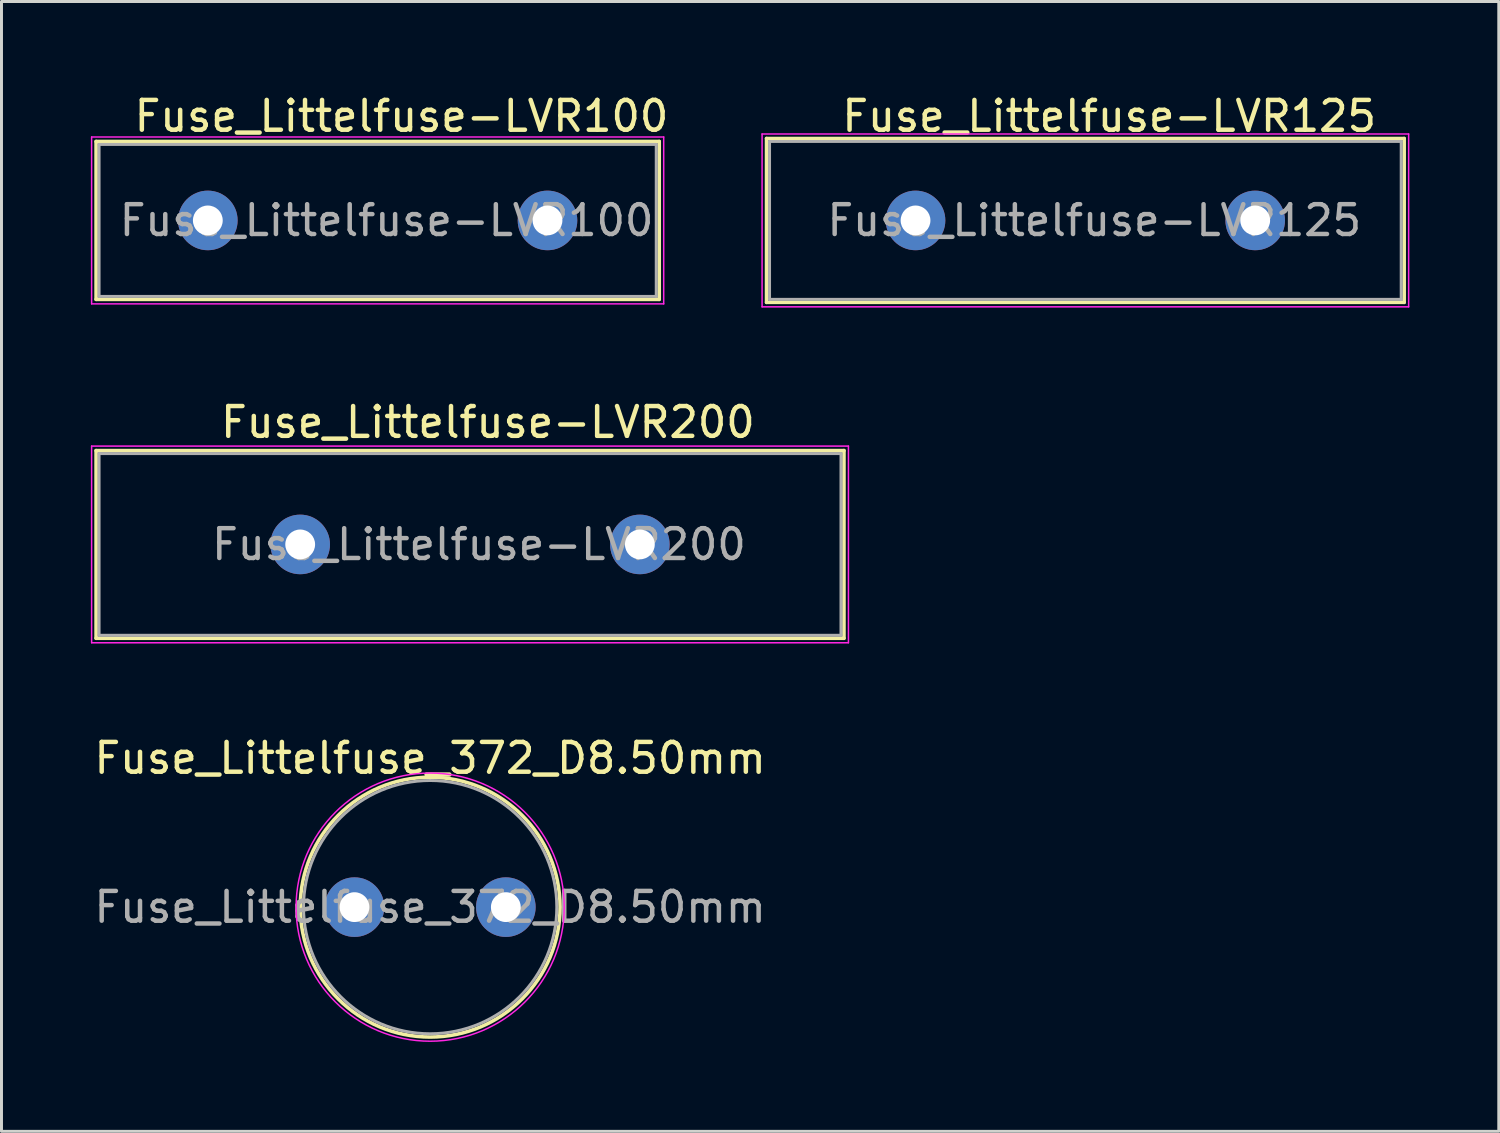
<source format=kicad_pcb>
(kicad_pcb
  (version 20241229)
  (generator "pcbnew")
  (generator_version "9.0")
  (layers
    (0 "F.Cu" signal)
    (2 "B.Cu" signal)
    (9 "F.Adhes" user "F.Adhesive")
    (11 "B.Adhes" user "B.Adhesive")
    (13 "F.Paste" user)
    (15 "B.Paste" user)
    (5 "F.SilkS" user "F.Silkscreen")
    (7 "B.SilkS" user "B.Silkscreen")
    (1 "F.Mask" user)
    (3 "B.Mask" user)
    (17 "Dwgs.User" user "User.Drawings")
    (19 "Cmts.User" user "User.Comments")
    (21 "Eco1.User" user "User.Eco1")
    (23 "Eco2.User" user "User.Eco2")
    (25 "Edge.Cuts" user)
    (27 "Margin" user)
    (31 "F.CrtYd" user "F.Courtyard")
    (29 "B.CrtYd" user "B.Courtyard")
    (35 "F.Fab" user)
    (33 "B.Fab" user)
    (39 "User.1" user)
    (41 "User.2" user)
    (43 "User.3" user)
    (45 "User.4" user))
  (footprint "Fuse_Littelfuse-LVR200"
    (layer "F.Cu")
    (at 7.025 15.222)
    (property "Reference" "Fuse_Littelfuse-LVR200" (at 6.3 -4.1 0) (layer "F.SilkS") (effects (font (size 1 1) (thickness 0.15))))
    (attr through_hole)
    (fp_line (start -6.85 -3.15) (end -6.85 3.15) (stroke (width 0.12) (type solid)) (layer "F.SilkS"))
    (fp_line (start -6.85 -3.15) (end 18.25 -3.15) (stroke (width 0.12) (type solid)) (layer "F.SilkS"))
    (fp_line (start 18.25 3.15) (end -6.85 3.15) (stroke (width 0.12) (type solid)) (layer "F.SilkS"))
    (fp_line (start 18.25 3.15) (end 18.25 -3.15) (stroke (width 0.12) (type solid)) (layer "F.SilkS"))
    (fp_line (start -7 -3.3) (end -7 3.3) (stroke (width 0.05) (type solid)) (layer "F.CrtYd"))
    (fp_line (start -7 -3.3) (end 18.4 -3.3) (stroke (width 0.05) (type solid)) (layer "F.CrtYd"))
    (fp_line (start 18.4 3.3) (end -7 3.3) (stroke (width 0.05) (type solid)) (layer "F.CrtYd"))
    (fp_line (start 18.4 3.3) (end 18.4 -3.3) (stroke (width 0.05) (type solid)) (layer "F.CrtYd"))
    (fp_line (start -6.75 -3.05) (end -6.75 3.05) (stroke (width 0.1) (type solid)) (layer "F.Fab"))
    (fp_line (start -6.75 3.05) (end 18.15 3.05) (stroke (width 0.1) (type solid)) (layer "F.Fab"))
    (fp_line (start 18.15 -3.05) (end -6.75 -3.05) (stroke (width 0.1) (type solid)) (layer "F.Fab"))
    (fp_line (start 18.15 3.05) (end 18.15 -3.05) (stroke (width 0.1) (type solid)) (layer "F.Fab"))
    (fp_text user "${REFERENCE}" (at 6 0 0) (layer "F.Fab") (effects (font (size 1 1) (thickness 0.15))))
    (pad "1" thru_hole circle (at 0 0) (size 2 2) (drill 1) (layers "*.Cu" "*.Mask"))
    (pad "2" thru_hole circle (at 11.4 0) (size 2 2) (drill 1) (layers "*.Cu" "*.Mask")))
  (footprint "Fuse_Littelfuse-LVR100"
    (layer "F.Cu")
    (at 3.925 4.348)
    (property "Reference" "Fuse_Littelfuse-LVR100" (at 6.5 -3.5 0) (layer "F.SilkS") (effects (font (size 1 1) (thickness 0.15))))
    (attr through_hole)
    (fp_line (start -3.75 -2.65) (end -3.75 2.65) (stroke (width 0.12) (type solid)) (layer "F.SilkS"))
    (fp_line (start -3.75 -2.65) (end 15.15 -2.65) (stroke (width 0.12) (type solid)) (layer "F.SilkS"))
    (fp_line (start 15.15 2.65) (end -3.75 2.65) (stroke (width 0.12) (type solid)) (layer "F.SilkS"))
    (fp_line (start 15.15 2.65) (end 15.15 -2.65) (stroke (width 0.12) (type solid)) (layer "F.SilkS"))
    (fp_line (start -3.9 -2.8) (end -3.9 2.8) (stroke (width 0.05) (type solid)) (layer "F.CrtYd"))
    (fp_line (start -3.9 -2.8) (end 15.3 -2.8) (stroke (width 0.05) (type solid)) (layer "F.CrtYd"))
    (fp_line (start 15.3 2.8) (end -3.9 2.8) (stroke (width 0.05) (type solid)) (layer "F.CrtYd"))
    (fp_line (start 15.3 2.8) (end 15.3 -2.8) (stroke (width 0.05) (type solid)) (layer "F.CrtYd"))
    (fp_line (start -3.65 -2.55) (end -3.65 2.55) (stroke (width 0.1) (type solid)) (layer "F.Fab"))
    (fp_line (start -3.65 2.55) (end 15.05 2.55) (stroke (width 0.1) (type solid)) (layer "F.Fab"))
    (fp_line (start 15.05 -2.55) (end -3.65 -2.55) (stroke (width 0.1) (type solid)) (layer "F.Fab"))
    (fp_line (start 15.05 2.55) (end 15.05 -2.55) (stroke (width 0.1) (type solid)) (layer "F.Fab"))
    (fp_text user "${REFERENCE}" (at 6 0 0) (layer "F.Fab") (effects (font (size 1 1) (thickness 0.15))))
    (pad "1" thru_hole circle (at 0 0) (size 2 2) (drill 1) (layers "*.Cu" "*.Mask"))
    (pad "2" thru_hole circle (at 11.4 0) (size 2 2) (drill 1) (layers "*.Cu" "*.Mask")))
  (footprint "Fuse_Littelfuse_372_D8.50mm"
    (layer "F.Cu")
    (at 8.847 27.395)
    (property "Reference" "Fuse_Littelfuse_372_D8.50mm" (at 2.54 -5 0) (layer "F.SilkS") (effects (font (size 1 1) (thickness 0.15))))
    (attr through_hole)
    (fp_circle (center 2.54 0) (end 6.9 0) (stroke (width 0.12) (type solid)) (fill no) (layer "F.SilkS"))
    (fp_circle (center 2.54 0) (end 7.04 0) (stroke (width 0.05) (type solid)) (fill no) (layer "F.CrtYd"))
    (fp_circle (center 2.54 0) (end 6.79 0) (stroke (width 0.1) (type solid)) (fill no) (layer "F.Fab"))
    (fp_text user "${REFERENCE}" (at 2.54 0 0) (layer "F.Fab") (effects (font (size 1 1) (thickness 0.15))))
    (pad "1" thru_hole circle (at 0 0) (size 2 2) (drill 1) (layers "*.Cu" "*.Mask"))
    (pad "2" thru_hole circle (at 5.08 0) (size 2 2) (drill 1) (layers "*.Cu" "*.Mask")))
  (footprint "Fuse_Littelfuse-LVR125"
    (layer "F.Cu")
    (at 27.677 4.348)
    (property "Reference" "Fuse_Littelfuse-LVR125" (at 6.5 -3.5 0) (layer "F.SilkS") (effects (font (size 1 1) (thickness 0.15))))
    (attr through_hole)
    (fp_line (start -5 -2.75) (end -5 2.75) (stroke (width 0.12) (type solid)) (layer "F.SilkS"))
    (fp_line (start -5 -2.75) (end 16.4 -2.75) (stroke (width 0.12) (type solid)) (layer "F.SilkS"))
    (fp_line (start 16.4 2.75) (end -5 2.75) (stroke (width 0.12) (type solid)) (layer "F.SilkS"))
    (fp_line (start 16.4 2.75) (end 16.4 -2.75) (stroke (width 0.12) (type solid)) (layer "F.SilkS"))
    (fp_line (start -5.15 -2.9) (end -5.15 2.9) (stroke (width 0.05) (type solid)) (layer "F.CrtYd"))
    (fp_line (start -5.15 -2.9) (end 16.55 -2.9) (stroke (width 0.05) (type solid)) (layer "F.CrtYd"))
    (fp_line (start 16.55 2.9) (end -5.15 2.9) (stroke (width 0.05) (type solid)) (layer "F.CrtYd"))
    (fp_line (start 16.55 2.9) (end 16.55 -2.9) (stroke (width 0.05) (type solid)) (layer "F.CrtYd"))
    (fp_line (start -4.9 -2.65) (end -4.9 2.65) (stroke (width 0.1) (type solid)) (layer "F.Fab"))
    (fp_line (start -4.9 2.65) (end 16.3 2.65) (stroke (width 0.1) (type solid)) (layer "F.Fab"))
    (fp_line (start 16.3 -2.65) (end -4.9 -2.65) (stroke (width 0.1) (type solid)) (layer "F.Fab"))
    (fp_line (start 16.3 2.65) (end 16.3 -2.65) (stroke (width 0.1) (type solid)) (layer "F.Fab"))
    (fp_text user "${REFERENCE}" (at 6 0 0) (layer "F.Fab") (effects (font (size 1 1) (thickness 0.15))))
    (pad "1" thru_hole circle (at 0 0) (size 2 2) (drill 1) (layers "*.Cu" "*.Mask"))
    (pad "2" thru_hole circle (at 11.4 0) (size 2 2) (drill 1) (layers "*.Cu" "*.Mask")))
  (gr_rect
    (start -3 -3)
    (end 47.252 34.92)
    (stroke (width 0.1) (type default))
    (fill no)
    (layer "Edge.Cuts")))
</source>
